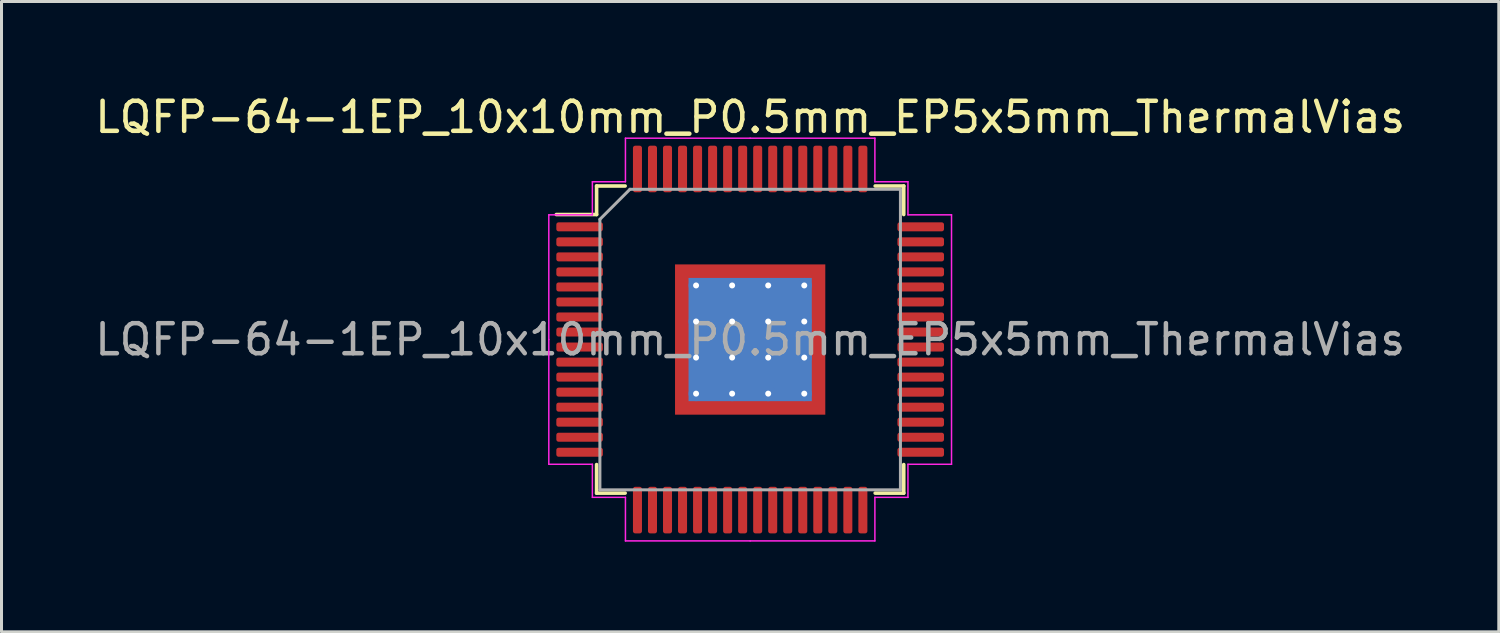
<source format=kicad_pcb>
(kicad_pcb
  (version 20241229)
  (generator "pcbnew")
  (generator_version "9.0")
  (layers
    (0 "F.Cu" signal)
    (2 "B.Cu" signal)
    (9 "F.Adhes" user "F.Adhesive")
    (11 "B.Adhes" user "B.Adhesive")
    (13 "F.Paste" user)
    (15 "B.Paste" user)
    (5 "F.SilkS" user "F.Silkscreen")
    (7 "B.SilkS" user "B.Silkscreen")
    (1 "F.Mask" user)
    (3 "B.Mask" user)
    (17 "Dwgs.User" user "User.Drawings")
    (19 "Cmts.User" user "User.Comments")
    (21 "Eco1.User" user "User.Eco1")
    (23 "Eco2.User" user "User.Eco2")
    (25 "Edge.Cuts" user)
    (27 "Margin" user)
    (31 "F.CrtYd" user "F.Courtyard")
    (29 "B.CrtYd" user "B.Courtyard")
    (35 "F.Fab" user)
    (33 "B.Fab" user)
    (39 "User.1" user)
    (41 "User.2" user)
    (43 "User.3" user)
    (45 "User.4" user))
  (footprint "LQFP-64-1EP_10x10mm_P0.5mm_EP5x5mm_ThermalVias"
    (layer "F.Cu")
    (at 21.911 8.248)
    (property "Reference" "LQFP-64-1EP_10x10mm_P0.5mm_EP5x5mm_ThermalVias" (at 0 -7.4 0) (layer "F.SilkS") (effects (font (size 1 1) (thickness 0.15))))
    (attr smd)
    (fp_line (start -5.11 -5.11) (end -5.11 -4.16) (stroke (width 0.12) (type solid)) (layer "F.SilkS"))
    (fp_line (start -5.11 -4.16) (end -6.45 -4.16) (stroke (width 0.12) (type solid)) (layer "F.SilkS"))
    (fp_line (start -5.11 5.11) (end -5.11 4.16) (stroke (width 0.12) (type solid)) (layer "F.SilkS"))
    (fp_line (start -4.16 -5.11) (end -5.11 -5.11) (stroke (width 0.12) (type solid)) (layer "F.SilkS"))
    (fp_line (start -4.16 5.11) (end -5.11 5.11) (stroke (width 0.12) (type solid)) (layer "F.SilkS"))
    (fp_line (start 4.16 -5.11) (end 5.11 -5.11) (stroke (width 0.12) (type solid)) (layer "F.SilkS"))
    (fp_line (start 4.16 5.11) (end 5.11 5.11) (stroke (width 0.12) (type solid)) (layer "F.SilkS"))
    (fp_line (start 5.11 -5.11) (end 5.11 -4.16) (stroke (width 0.12) (type solid)) (layer "F.SilkS"))
    (fp_line (start 5.11 5.11) (end 5.11 4.16) (stroke (width 0.12) (type solid)) (layer "F.SilkS"))
    (fp_line (start -6.7 -4.15) (end -6.7 0) (stroke (width 0.05) (type solid)) (layer "F.CrtYd"))
    (fp_line (start -6.7 4.15) (end -6.7 0) (stroke (width 0.05) (type solid)) (layer "F.CrtYd"))
    (fp_line (start -5.25 -5.25) (end -5.25 -4.15) (stroke (width 0.05) (type solid)) (layer "F.CrtYd"))
    (fp_line (start -5.25 -4.15) (end -6.7 -4.15) (stroke (width 0.05) (type solid)) (layer "F.CrtYd"))
    (fp_line (start -5.25 4.15) (end -6.7 4.15) (stroke (width 0.05) (type solid)) (layer "F.CrtYd"))
    (fp_line (start -5.25 5.25) (end -5.25 4.15) (stroke (width 0.05) (type solid)) (layer "F.CrtYd"))
    (fp_line (start -4.15 -6.7) (end -4.15 -5.25) (stroke (width 0.05) (type solid)) (layer "F.CrtYd"))
    (fp_line (start -4.15 -5.25) (end -5.25 -5.25) (stroke (width 0.05) (type solid)) (layer "F.CrtYd"))
    (fp_line (start -4.15 5.25) (end -5.25 5.25) (stroke (width 0.05) (type solid)) (layer "F.CrtYd"))
    (fp_line (start -4.15 6.7) (end -4.15 5.25) (stroke (width 0.05) (type solid)) (layer "F.CrtYd"))
    (fp_line (start 0 -6.7) (end -4.15 -6.7) (stroke (width 0.05) (type solid)) (layer "F.CrtYd"))
    (fp_line (start 0 -6.7) (end 4.15 -6.7) (stroke (width 0.05) (type solid)) (layer "F.CrtYd"))
    (fp_line (start 0 6.7) (end -4.15 6.7) (stroke (width 0.05) (type solid)) (layer "F.CrtYd"))
    (fp_line (start 0 6.7) (end 4.15 6.7) (stroke (width 0.05) (type solid)) (layer "F.CrtYd"))
    (fp_line (start 4.15 -6.7) (end 4.15 -5.25) (stroke (width 0.05) (type solid)) (layer "F.CrtYd"))
    (fp_line (start 4.15 -5.25) (end 5.25 -5.25) (stroke (width 0.05) (type solid)) (layer "F.CrtYd"))
    (fp_line (start 4.15 5.25) (end 5.25 5.25) (stroke (width 0.05) (type solid)) (layer "F.CrtYd"))
    (fp_line (start 4.15 6.7) (end 4.15 5.25) (stroke (width 0.05) (type solid)) (layer "F.CrtYd"))
    (fp_line (start 5.25 -5.25) (end 5.25 -4.15) (stroke (width 0.05) (type solid)) (layer "F.CrtYd"))
    (fp_line (start 5.25 -4.15) (end 6.7 -4.15) (stroke (width 0.05) (type solid)) (layer "F.CrtYd"))
    (fp_line (start 5.25 4.15) (end 6.7 4.15) (stroke (width 0.05) (type solid)) (layer "F.CrtYd"))
    (fp_line (start 5.25 5.25) (end 5.25 4.15) (stroke (width 0.05) (type solid)) (layer "F.CrtYd"))
    (fp_line (start 6.7 -4.15) (end 6.7 0) (stroke (width 0.05) (type solid)) (layer "F.CrtYd"))
    (fp_line (start 6.7 4.15) (end 6.7 0) (stroke (width 0.05) (type solid)) (layer "F.CrtYd"))
    (fp_line (start -5 -4) (end -4 -5) (stroke (width 0.1) (type solid)) (layer "F.Fab"))
    (fp_line (start -5 5) (end -5 -4) (stroke (width 0.1) (type solid)) (layer "F.Fab"))
    (fp_line (start -4 -5) (end 5 -5) (stroke (width 0.1) (type solid)) (layer "F.Fab"))
    (fp_line (start 5 -5) (end 5 5) (stroke (width 0.1) (type solid)) (layer "F.Fab"))
    (fp_line (start 5 5) (end -5 5) (stroke (width 0.1) (type solid)) (layer "F.Fab"))
    (fp_text user "${REFERENCE}" (at 0 0 0) (layer "F.Fab") (effects (font (size 1 1) (thickness 0.15))))
    (pad "" smd custom (at -2.15 -2.15) (size 0.46 0.46) (layers "F.Paste") (options (anchor circle)) (primitives (gr_poly (pts (xy -0.178 -0.178) (xy 0.178 -0.178) (xy 0.178 0.092) (xy 0.092 0.178) (xy -0.178 0.178)) (width 0.208) (fill yes))))
    (pad "" smd custom (at -2.15 -1.2) (size 0.495 0.495) (layers "F.Paste") (options (anchor circle)) (primitives (gr_poly (pts (xy -0.212 -0.414) (xy 0.154 -0.414) (xy 0.212 -0.356) (xy 0.212 0.356) (xy 0.154 0.414) (xy -0.212 0.414)) (width 0.14) (fill yes))))
    (pad "" smd custom (at -2.15 0) (size 0.495 0.495) (layers "F.Paste") (options (anchor circle)) (primitives (gr_poly (pts (xy -0.212 -0.414) (xy 0.154 -0.414) (xy 0.212 -0.356) (xy 0.212 0.356) (xy 0.154 0.414) (xy -0.212 0.414)) (width 0.14) (fill yes))))
    (pad "" smd custom (at -2.15 1.2) (size 0.495 0.495) (layers "F.Paste") (options (anchor circle)) (primitives (gr_poly (pts (xy -0.212 -0.414) (xy 0.154 -0.414) (xy 0.212 -0.356) (xy 0.212 0.356) (xy 0.154 0.414) (xy -0.212 0.414)) (width 0.14) (fill yes))))
    (pad "" smd custom (at -2.15 2.15) (size 0.46 0.46) (layers "F.Paste") (options (anchor circle)) (primitives (gr_poly (pts (xy -0.178 -0.178) (xy 0.092 -0.178) (xy 0.178 -0.092) (xy 0.178 0.178) (xy -0.178 0.178)) (width 0.208) (fill yes))))
    (pad "" smd custom (at -1.2 -2.15) (size 0.495 0.495) (layers "F.Paste") (options (anchor circle)) (primitives (gr_poly (pts (xy -0.414 -0.212) (xy 0.414 -0.212) (xy 0.414 0.154) (xy 0.356 0.212) (xy -0.356 0.212) (xy -0.414 0.154)) (width 0.14) (fill yes))))
    (pad "" smd roundrect (at -1.2 -1.2) (size 0.967 0.967) (layers "F.Paste") (roundrect_rratio 0.25))
    (pad "" smd roundrect (at -1.2 0) (size 0.967 0.967) (layers "F.Paste") (roundrect_rratio 0.25))
    (pad "" smd roundrect (at -1.2 1.2) (size 0.967 0.967) (layers "F.Paste") (roundrect_rratio 0.25))
    (pad "" smd custom (at -1.2 2.15) (size 0.495 0.495) (layers "F.Paste") (options (anchor circle)) (primitives (gr_poly (pts (xy -0.414 -0.154) (xy -0.356 -0.212) (xy 0.356 -0.212) (xy 0.414 -0.154) (xy 0.414 0.212) (xy -0.414 0.212)) (width 0.14) (fill yes))))
    (pad "" smd custom (at 0 -2.15) (size 0.495 0.495) (layers "F.Paste") (options (anchor circle)) (primitives (gr_poly (pts (xy -0.414 -0.212) (xy 0.414 -0.212) (xy 0.414 0.154) (xy 0.356 0.212) (xy -0.356 0.212) (xy -0.414 0.154)) (width 0.14) (fill yes))))
    (pad "" smd roundrect (at 0 -1.2) (size 0.967 0.967) (layers "F.Paste") (roundrect_rratio 0.25))
    (pad "" smd roundrect (at 0 0) (size 0.967 0.967) (layers "F.Paste") (roundrect_rratio 0.25))
    (pad "" smd roundrect (at 0 1.2) (size 0.967 0.967) (layers "F.Paste") (roundrect_rratio 0.25))
    (pad "" smd custom (at 0 2.15) (size 0.495 0.495) (layers "F.Paste") (options (anchor circle)) (primitives (gr_poly (pts (xy -0.414 -0.154) (xy -0.356 -0.212) (xy 0.356 -0.212) (xy 0.414 -0.154) (xy 0.414 0.212) (xy -0.414 0.212)) (width 0.14) (fill yes))))
    (pad "" smd custom (at 1.2 -2.15) (size 0.495 0.495) (layers "F.Paste") (options (anchor circle)) (primitives (gr_poly (pts (xy -0.414 -0.212) (xy 0.414 -0.212) (xy 0.414 0.154) (xy 0.356 0.212) (xy -0.356 0.212) (xy -0.414 0.154)) (width 0.14) (fill yes))))
    (pad "" smd roundrect (at 1.2 -1.2) (size 0.967 0.967) (layers "F.Paste") (roundrect_rratio 0.25))
    (pad "" smd roundrect (at 1.2 0) (size 0.967 0.967) (layers "F.Paste") (roundrect_rratio 0.25))
    (pad "" smd roundrect (at 1.2 1.2) (size 0.967 0.967) (layers "F.Paste") (roundrect_rratio 0.25))
    (pad "" smd custom (at 1.2 2.15) (size 0.495 0.495) (layers "F.Paste") (options (anchor circle)) (primitives (gr_poly (pts (xy -0.414 -0.154) (xy -0.356 -0.212) (xy 0.356 -0.212) (xy 0.414 -0.154) (xy 0.414 0.212) (xy -0.414 0.212)) (width 0.14) (fill yes))))
    (pad "" smd custom (at 2.15 -2.15) (size 0.46 0.46) (layers "F.Paste") (options (anchor circle)) (primitives (gr_poly (pts (xy -0.178 -0.178) (xy 0.178 -0.178) (xy 0.178 0.178) (xy -0.092 0.178) (xy -0.178 0.092)) (width 0.208) (fill yes))))
    (pad "" smd custom (at 2.15 -1.2) (size 0.495 0.495) (layers "F.Paste") (options (anchor circle)) (primitives (gr_poly (pts (xy -0.212 -0.356) (xy -0.154 -0.414) (xy 0.212 -0.414) (xy 0.212 0.414) (xy -0.154 0.414) (xy -0.212 0.356)) (width 0.14) (fill yes))))
    (pad "" smd custom (at 2.15 0) (size 0.495 0.495) (layers "F.Paste") (options (anchor circle)) (primitives (gr_poly (pts (xy -0.212 -0.356) (xy -0.154 -0.414) (xy 0.212 -0.414) (xy 0.212 0.414) (xy -0.154 0.414) (xy -0.212 0.356)) (width 0.14) (fill yes))))
    (pad "" smd custom (at 2.15 1.2) (size 0.495 0.495) (layers "F.Paste") (options (anchor circle)) (primitives (gr_poly (pts (xy -0.212 -0.356) (xy -0.154 -0.414) (xy 0.212 -0.414) (xy 0.212 0.414) (xy -0.154 0.414) (xy -0.212 0.356)) (width 0.14) (fill yes))))
    (pad "" smd custom (at 2.15 2.15) (size 0.46 0.46) (layers "F.Paste") (options (anchor circle)) (primitives (gr_poly (pts (xy -0.178 -0.092) (xy -0.092 -0.178) (xy 0.178 -0.178) (xy 0.178 0.178) (xy -0.178 0.178)) (width 0.208) (fill yes))))
    (pad "1" smd roundrect (at -5.675 -3.75) (size 1.55 0.3) (layers "F.Cu" "F.Mask" "F.Paste") (roundrect_rratio 0.25))
    (pad "2" smd roundrect (at -5.675 -3.25) (size 1.55 0.3) (layers "F.Cu" "F.Mask" "F.Paste") (roundrect_rratio 0.25))
    (pad "3" smd roundrect (at -5.675 -2.75) (size 1.55 0.3) (layers "F.Cu" "F.Mask" "F.Paste") (roundrect_rratio 0.25))
    (pad "4" smd roundrect (at -5.675 -2.25) (size 1.55 0.3) (layers "F.Cu" "F.Mask" "F.Paste") (roundrect_rratio 0.25))
    (pad "5" smd roundrect (at -5.675 -1.75) (size 1.55 0.3) (layers "F.Cu" "F.Mask" "F.Paste") (roundrect_rratio 0.25))
    (pad "6" smd roundrect (at -5.675 -1.25) (size 1.55 0.3) (layers "F.Cu" "F.Mask" "F.Paste") (roundrect_rratio 0.25))
    (pad "7" smd roundrect (at -5.675 -0.75) (size 1.55 0.3) (layers "F.Cu" "F.Mask" "F.Paste") (roundrect_rratio 0.25))
    (pad "8" smd roundrect (at -5.675 -0.25) (size 1.55 0.3) (layers "F.Cu" "F.Mask" "F.Paste") (roundrect_rratio 0.25))
    (pad "9" smd roundrect (at -5.675 0.25) (size 1.55 0.3) (layers "F.Cu" "F.Mask" "F.Paste") (roundrect_rratio 0.25))
    (pad "10" smd roundrect (at -5.675 0.75) (size 1.55 0.3) (layers "F.Cu" "F.Mask" "F.Paste") (roundrect_rratio 0.25))
    (pad "11" smd roundrect (at -5.675 1.25) (size 1.55 0.3) (layers "F.Cu" "F.Mask" "F.Paste") (roundrect_rratio 0.25))
    (pad "12" smd roundrect (at -5.675 1.75) (size 1.55 0.3) (layers "F.Cu" "F.Mask" "F.Paste") (roundrect_rratio 0.25))
    (pad "13" smd roundrect (at -5.675 2.25) (size 1.55 0.3) (layers "F.Cu" "F.Mask" "F.Paste") (roundrect_rratio 0.25))
    (pad "14" smd roundrect (at -5.675 2.75) (size 1.55 0.3) (layers "F.Cu" "F.Mask" "F.Paste") (roundrect_rratio 0.25))
    (pad "15" smd roundrect (at -5.675 3.25) (size 1.55 0.3) (layers "F.Cu" "F.Mask" "F.Paste") (roundrect_rratio 0.25))
    (pad "16" smd roundrect (at -5.675 3.75) (size 1.55 0.3) (layers "F.Cu" "F.Mask" "F.Paste") (roundrect_rratio 0.25))
    (pad "17" smd roundrect (at -3.75 5.675) (size 0.3 1.55) (layers "F.Cu" "F.Mask" "F.Paste") (roundrect_rratio 0.25))
    (pad "18" smd roundrect (at -3.25 5.675) (size 0.3 1.55) (layers "F.Cu" "F.Mask" "F.Paste") (roundrect_rratio 0.25))
    (pad "19" smd roundrect (at -2.75 5.675) (size 0.3 1.55) (layers "F.Cu" "F.Mask" "F.Paste") (roundrect_rratio 0.25))
    (pad "20" smd roundrect (at -2.25 5.675) (size 0.3 1.55) (layers "F.Cu" "F.Mask" "F.Paste") (roundrect_rratio 0.25))
    (pad "21" smd roundrect (at -1.75 5.675) (size 0.3 1.55) (layers "F.Cu" "F.Mask" "F.Paste") (roundrect_rratio 0.25))
    (pad "22" smd roundrect (at -1.25 5.675) (size 0.3 1.55) (layers "F.Cu" "F.Mask" "F.Paste") (roundrect_rratio 0.25))
    (pad "23" smd roundrect (at -0.75 5.675) (size 0.3 1.55) (layers "F.Cu" "F.Mask" "F.Paste") (roundrect_rratio 0.25))
    (pad "24" smd roundrect (at -0.25 5.675) (size 0.3 1.55) (layers "F.Cu" "F.Mask" "F.Paste") (roundrect_rratio 0.25))
    (pad "25" smd roundrect (at 0.25 5.675) (size 0.3 1.55) (layers "F.Cu" "F.Mask" "F.Paste") (roundrect_rratio 0.25))
    (pad "26" smd roundrect (at 0.75 5.675) (size 0.3 1.55) (layers "F.Cu" "F.Mask" "F.Paste") (roundrect_rratio 0.25))
    (pad "27" smd roundrect (at 1.25 5.675) (size 0.3 1.55) (layers "F.Cu" "F.Mask" "F.Paste") (roundrect_rratio 0.25))
    (pad "28" smd roundrect (at 1.75 5.675) (size 0.3 1.55) (layers "F.Cu" "F.Mask" "F.Paste") (roundrect_rratio 0.25))
    (pad "29" smd roundrect (at 2.25 5.675) (size 0.3 1.55) (layers "F.Cu" "F.Mask" "F.Paste") (roundrect_rratio 0.25))
    (pad "30" smd roundrect (at 2.75 5.675) (size 0.3 1.55) (layers "F.Cu" "F.Mask" "F.Paste") (roundrect_rratio 0.25))
    (pad "31" smd roundrect (at 3.25 5.675) (size 0.3 1.55) (layers "F.Cu" "F.Mask" "F.Paste") (roundrect_rratio 0.25))
    (pad "32" smd roundrect (at 3.75 5.675) (size 0.3 1.55) (layers "F.Cu" "F.Mask" "F.Paste") (roundrect_rratio 0.25))
    (pad "33" smd roundrect (at 5.675 3.75) (size 1.55 0.3) (layers "F.Cu" "F.Mask" "F.Paste") (roundrect_rratio 0.25))
    (pad "34" smd roundrect (at 5.675 3.25) (size 1.55 0.3) (layers "F.Cu" "F.Mask" "F.Paste") (roundrect_rratio 0.25))
    (pad "35" smd roundrect (at 5.675 2.75) (size 1.55 0.3) (layers "F.Cu" "F.Mask" "F.Paste") (roundrect_rratio 0.25))
    (pad "36" smd roundrect (at 5.675 2.25) (size 1.55 0.3) (layers "F.Cu" "F.Mask" "F.Paste") (roundrect_rratio 0.25))
    (pad "37" smd roundrect (at 5.675 1.75) (size 1.55 0.3) (layers "F.Cu" "F.Mask" "F.Paste") (roundrect_rratio 0.25))
    (pad "38" smd roundrect (at 5.675 1.25) (size 1.55 0.3) (layers "F.Cu" "F.Mask" "F.Paste") (roundrect_rratio 0.25))
    (pad "39" smd roundrect (at 5.675 0.75) (size 1.55 0.3) (layers "F.Cu" "F.Mask" "F.Paste") (roundrect_rratio 0.25))
    (pad "40" smd roundrect (at 5.675 0.25) (size 1.55 0.3) (layers "F.Cu" "F.Mask" "F.Paste") (roundrect_rratio 0.25))
    (pad "41" smd roundrect (at 5.675 -0.25) (size 1.55 0.3) (layers "F.Cu" "F.Mask" "F.Paste") (roundrect_rratio 0.25))
    (pad "42" smd roundrect (at 5.675 -0.75) (size 1.55 0.3) (layers "F.Cu" "F.Mask" "F.Paste") (roundrect_rratio 0.25))
    (pad "43" smd roundrect (at 5.675 -1.25) (size 1.55 0.3) (layers "F.Cu" "F.Mask" "F.Paste") (roundrect_rratio 0.25))
    (pad "44" smd roundrect (at 5.675 -1.75) (size 1.55 0.3) (layers "F.Cu" "F.Mask" "F.Paste") (roundrect_rratio 0.25))
    (pad "45" smd roundrect (at 5.675 -2.25) (size 1.55 0.3) (layers "F.Cu" "F.Mask" "F.Paste") (roundrect_rratio 0.25))
    (pad "46" smd roundrect (at 5.675 -2.75) (size 1.55 0.3) (layers "F.Cu" "F.Mask" "F.Paste") (roundrect_rratio 0.25))
    (pad "47" smd roundrect (at 5.675 -3.25) (size 1.55 0.3) (layers "F.Cu" "F.Mask" "F.Paste") (roundrect_rratio 0.25))
    (pad "48" smd roundrect (at 5.675 -3.75) (size 1.55 0.3) (layers "F.Cu" "F.Mask" "F.Paste") (roundrect_rratio 0.25))
    (pad "49" smd roundrect (at 3.75 -5.675) (size 0.3 1.55) (layers "F.Cu" "F.Mask" "F.Paste") (roundrect_rratio 0.25))
    (pad "50" smd roundrect (at 3.25 -5.675) (size 0.3 1.55) (layers "F.Cu" "F.Mask" "F.Paste") (roundrect_rratio 0.25))
    (pad "51" smd roundrect (at 2.75 -5.675) (size 0.3 1.55) (layers "F.Cu" "F.Mask" "F.Paste") (roundrect_rratio 0.25))
    (pad "52" smd roundrect (at 2.25 -5.675) (size 0.3 1.55) (layers "F.Cu" "F.Mask" "F.Paste") (roundrect_rratio 0.25))
    (pad "53" smd roundrect (at 1.75 -5.675) (size 0.3 1.55) (layers "F.Cu" "F.Mask" "F.Paste") (roundrect_rratio 0.25))
    (pad "54" smd roundrect (at 1.25 -5.675) (size 0.3 1.55) (layers "F.Cu" "F.Mask" "F.Paste") (roundrect_rratio 0.25))
    (pad "55" smd roundrect (at 0.75 -5.675) (size 0.3 1.55) (layers "F.Cu" "F.Mask" "F.Paste") (roundrect_rratio 0.25))
    (pad "56" smd roundrect (at 0.25 -5.675) (size 0.3 1.55) (layers "F.Cu" "F.Mask" "F.Paste") (roundrect_rratio 0.25))
    (pad "57" smd roundrect (at -0.25 -5.675) (size 0.3 1.55) (layers "F.Cu" "F.Mask" "F.Paste") (roundrect_rratio 0.25))
    (pad "58" smd roundrect (at -0.75 -5.675) (size 0.3 1.55) (layers "F.Cu" "F.Mask" "F.Paste") (roundrect_rratio 0.25))
    (pad "59" smd roundrect (at -1.25 -5.675) (size 0.3 1.55) (layers "F.Cu" "F.Mask" "F.Paste") (roundrect_rratio 0.25))
    (pad "60" smd roundrect (at -1.75 -5.675) (size 0.3 1.55) (layers "F.Cu" "F.Mask" "F.Paste") (roundrect_rratio 0.25))
    (pad "61" smd roundrect (at -2.25 -5.675) (size 0.3 1.55) (layers "F.Cu" "F.Mask" "F.Paste") (roundrect_rratio 0.25))
    (pad "62" smd roundrect (at -2.75 -5.675) (size 0.3 1.55) (layers "F.Cu" "F.Mask" "F.Paste") (roundrect_rratio 0.25))
    (pad "63" smd roundrect (at -3.25 -5.675) (size 0.3 1.55) (layers "F.Cu" "F.Mask" "F.Paste") (roundrect_rratio 0.25))
    (pad "64" smd roundrect (at -3.75 -5.675) (size 0.3 1.55) (layers "F.Cu" "F.Mask" "F.Paste") (roundrect_rratio 0.25))
    (pad "65" thru_hole circle (at -1.8 -1.8) (size 0.5 0.5) (drill 0.2) (layers "*.Cu"))
    (pad "65" thru_hole circle (at -1.8 -0.6) (size 0.5 0.5) (drill 0.2) (layers "*.Cu"))
    (pad "65" thru_hole circle (at -1.8 0.6) (size 0.5 0.5) (drill 0.2) (layers "*.Cu"))
    (pad "65" thru_hole circle (at -1.8 1.8) (size 0.5 0.5) (drill 0.2) (layers "*.Cu"))
    (pad "65" thru_hole circle (at -0.6 -1.8) (size 0.5 0.5) (drill 0.2) (layers "*.Cu"))
    (pad "65" thru_hole circle (at -0.6 -0.6) (size 0.5 0.5) (drill 0.2) (layers "*.Cu"))
    (pad "65" thru_hole circle (at -0.6 0.6) (size 0.5 0.5) (drill 0.2) (layers "*.Cu"))
    (pad "65" thru_hole circle (at -0.6 1.8) (size 0.5 0.5) (drill 0.2) (layers "*.Cu"))
    (pad "65" smd rect (at 0 0) (size 4.1 4.1) (layers "B.Cu"))
    (pad "65" smd rect (at 0 0) (size 5 5) (layers "F.Cu" "F.Mask"))
    (pad "65" thru_hole circle (at 0.6 -1.8) (size 0.5 0.5) (drill 0.2) (layers "*.Cu"))
    (pad "65" thru_hole circle (at 0.6 -0.6) (size 0.5 0.5) (drill 0.2) (layers "*.Cu"))
    (pad "65" thru_hole circle (at 0.6 0.6) (size 0.5 0.5) (drill 0.2) (layers "*.Cu"))
    (pad "65" thru_hole circle (at 0.6 1.8) (size 0.5 0.5) (drill 0.2) (layers "*.Cu"))
    (pad "65" thru_hole circle (at 1.8 -1.8) (size 0.5 0.5) (drill 0.2) (layers "*.Cu"))
    (pad "65" thru_hole circle (at 1.8 -0.6) (size 0.5 0.5) (drill 0.2) (layers "*.Cu"))
    (pad "65" thru_hole circle (at 1.8 0.6) (size 0.5 0.5) (drill 0.2) (layers "*.Cu"))
    (pad "65" thru_hole circle (at 1.8 1.8) (size 0.5 0.5) (drill 0.2) (layers "*.Cu")))
  (gr_rect
    (start -3 -3)
    (end 46.821 17.973)
    (stroke (width 0.1) (type default))
    (fill no)
    (layer "Edge.Cuts")))
</source>
